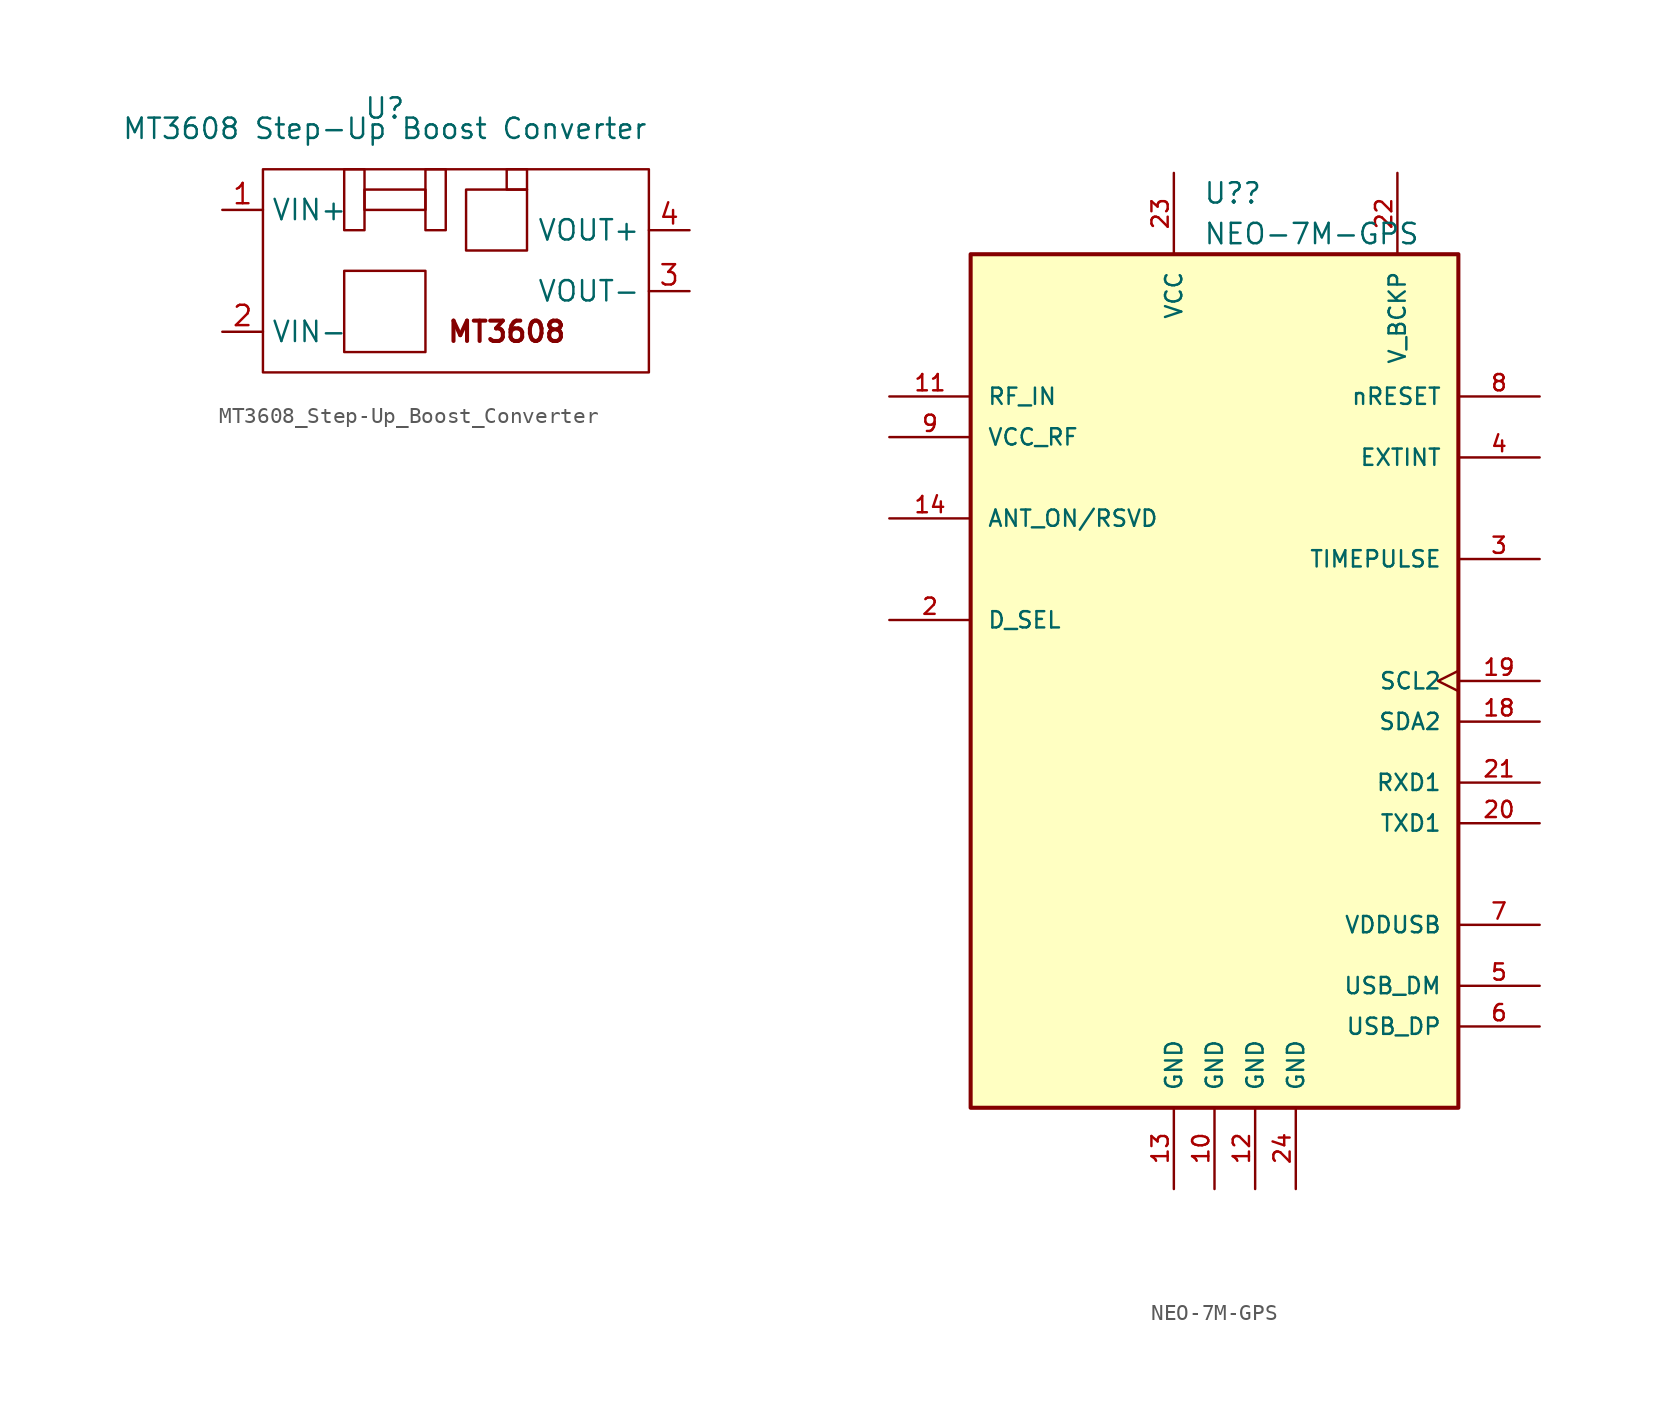
<source format=kicad_sym>
(kicad_symbol_lib
  (version 20220914)
  (generator kicad_symbol_editor)
  (symbol "MT3608_Step-Up_Boost_Converter"
    (property "Reference" "U"
      (at 0 3.81 0)
      (effects (font (size 1.27 1.27))))
    (property "Value" "MT3608 Step-Up Boost Converter"
      (at 0 2.54 0)
      (effects (font (size 1.27 1.27))))
    (symbol "MT3608_Step-Up_Boost_Converter_0_1"
      (rectangle (start -7.62 0) (end 16.51 -12.7) (stroke (width 0) (type default)) (fill (type none)))
      (rectangle (start -2.54 -6.35) (end 2.54 -11.43) (stroke (width 0) (type default)) (fill (type none)))
      (rectangle (start -2.54 0) (end -1.27 -3.81) (stroke (width 0) (type default)) (fill (type none)))
      (rectangle (start -1.27 -1.27) (end 2.54 -2.54) (stroke (width 0) (type default)) (fill (type none)))
      (rectangle (start 2.54 0) (end 3.81 -3.81) (stroke (width 0) (type default)) (fill (type none)))
      (rectangle (start 5.08 -1.27) (end 8.89 -5.08) (stroke (width 0) (type default)) (fill (type none)))
      (rectangle (start 7.62 0) (end 8.89 -1.27) (stroke (width 0) (type default)) (fill (type none))))
    (symbol "MT3608_Step-Up_Boost_Converter_1_1"
      (text "MT3608" (at 7.62 -10.16 0) (effects (font (size 1.27 1.27) bold)))
      (pin input line (at -10.16 -2.54 0) (length 2.54) (name "VIN+" (effects (font (size 1.27 1.27)))) (number "1" (effects (font (size 1.27 1.27)))))
      (pin input line (at -10.16 -10.16 0) (length 2.54) (name "VIN-" (effects (font (size 1.27 1.27)))) (number "2" (effects (font (size 1.27 1.27)))))
      (pin input line (at 19.05 -7.62 180) (length 2.54) (name "VOUT-" (effects (font (size 1.27 1.27)))) (number "3" (effects (font (size 1.27 1.27)))))
      (pin input line (at 19.05 -3.81 180) (length 2.54) (name "VOUT+" (effects (font (size 1.27 1.27)))) (number "4" (effects (font (size 1.27 1.27)))))))
  (symbol "NEO-7M-GPS"
    (pin_names
      (offset 1.016))
    (property "Reference" "U?"
      (at -0.711 29.21 0)
      (effects (font (size 1.27 1.27)) (justify left)))
    (property "Value" "NEO-7M-GPS"
      (at -0.711 26.67 0)
      (effects (font (size 1.27 1.27)) (justify left)))
    (symbol "NEO-7M-GPS_0_0"
      (rectangle (start -15.24 25.4) (end 15.24 -27.94) (stroke (width 0.254) (type default)) (fill (type background)))
      (pin power_in line (at 0 -33.02 90) (length 5.08) (name "GND" (effects (font (size 1.016 1.016)))) (number "10" (effects (font (size 1.016 1.016)))))
      (pin input line (at -20.32 16.51 0) (length 5.08) (name "RF_IN" (effects (font (size 1.016 1.016)))) (number "11" (effects (font (size 1.016 1.016)))))
      (pin power_in line (at 2.54 -33.02 90) (length 5.08) (name "GND" (effects (font (size 1.016 1.016)))) (number "12" (effects (font (size 1.016 1.016)))))
      (pin power_in line (at -2.54 -33.02 90) (length 5.08) (name "GND" (effects (font (size 1.016 1.016)))) (number "13" (effects (font (size 1.016 1.016)))))
      (pin bidirectional line (at -20.32 8.89 0) (length 5.08) (name "ANT_ON/RSVD" (effects (font (size 1.016 1.016)))) (number "14" (effects (font (size 1.016 1.016)))))
      (pin bidirectional line (at 20.32 -3.81 180) (length 5.08) (name "SDA2" (effects (font (size 1.016 1.016)))) (number "18" (effects (font (size 1.016 1.016)))))
      (pin bidirectional clock (at 20.32 -1.27 180) (length 5.08) (name "SCL2" (effects (font (size 1.016 1.016)))) (number "19" (effects (font (size 1.016 1.016)))))
      (pin input line (at -20.32 2.54 0) (length 5.08) (name "D_SEL" (effects (font (size 1.016 1.016)))) (number "2" (effects (font (size 1.016 1.016)))))
      (pin output line (at 20.32 -10.16 180) (length 5.08) (name "TXD1" (effects (font (size 1.016 1.016)))) (number "20" (effects (font (size 1.016 1.016)))))
      (pin input line (at 20.32 -7.62 180) (length 5.08) (name "RXD1" (effects (font (size 1.016 1.016)))) (number "21" (effects (font (size 1.016 1.016)))))
      (pin power_in line (at 11.43 30.48 270) (length 5.08) (name "V_BCKP" (effects (font (size 1.016 1.016)))) (number "22" (effects (font (size 1.016 1.016)))))
      (pin power_in line (at -2.54 30.48 270) (length 5.08) (name "VCC" (effects (font (size 1.016 1.016)))) (number "23" (effects (font (size 1.016 1.016)))))
      (pin power_in line (at 5.08 -33.02 90) (length 5.08) (name "GND" (effects (font (size 1.016 1.016)))) (number "24" (effects (font (size 1.016 1.016)))))
      (pin output line (at 20.32 6.35 180) (length 5.08) (name "TIMEPULSE" (effects (font (size 1.016 1.016)))) (number "3" (effects (font (size 1.016 1.016)))))
      (pin input line (at 20.32 12.7 180) (length 5.08) (name "EXTINT" (effects (font (size 1.016 1.016)))) (number "4" (effects (font (size 1.016 1.016)))))
      (pin bidirectional line (at 20.32 -20.32 180) (length 5.08) (name "USB_DM" (effects (font (size 1.016 1.016)))) (number "5" (effects (font (size 1.016 1.016)))))
      (pin bidirectional line (at 20.32 -22.86 180) (length 5.08) (name "USB_DP" (effects (font (size 1.016 1.016)))) (number "6" (effects (font (size 1.016 1.016)))))
      (pin power_in line (at 20.32 -16.51 180) (length 5.08) (name "VDDUSB" (effects (font (size 1.016 1.016)))) (number "7" (effects (font (size 1.016 1.016)))))
      (pin passive line (at 20.32 16.51 180) (length 5.08) (name "nRESET" (effects (font (size 1.016 1.016)))) (number "8" (effects (font (size 1.016 1.016)))))
      (pin output line (at -20.32 13.97 0) (length 5.08) (name "VCC_RF" (effects (font (size 1.016 1.016)))) (number "9" (effects (font (size 1.016 1.016))))))
    (symbol "NEO-7M-GPS_1_0"
      (pin no_connect line (at 7.62 -8.89 180) (length 2.54) hide (name "RSVD" (effects (font (size 1.27 1.27)))) (number "1" (effects (font (size 1.27 1.27)))))
      (pin no_connect line (at -20.32 -2.54 0) (length 5.08) hide (name "RSVD" (effects (font (size 1.016 1.016)))) (number "15" (effects (font (size 1.016 1.016)))))
      (pin no_connect line (at -20.32 0 0) (length 5.08) hide (name "RSVD" (effects (font (size 1.016 1.016)))) (number "16" (effects (font (size 1.016 1.016)))))
      (pin no_connect line (at 7.62 -11.43 180) (length 5.08) hide (name "RSVD" (effects (font (size 1.016 1.016)))) (number "17" (effects (font (size 1.016 1.016))))))))
</source>
